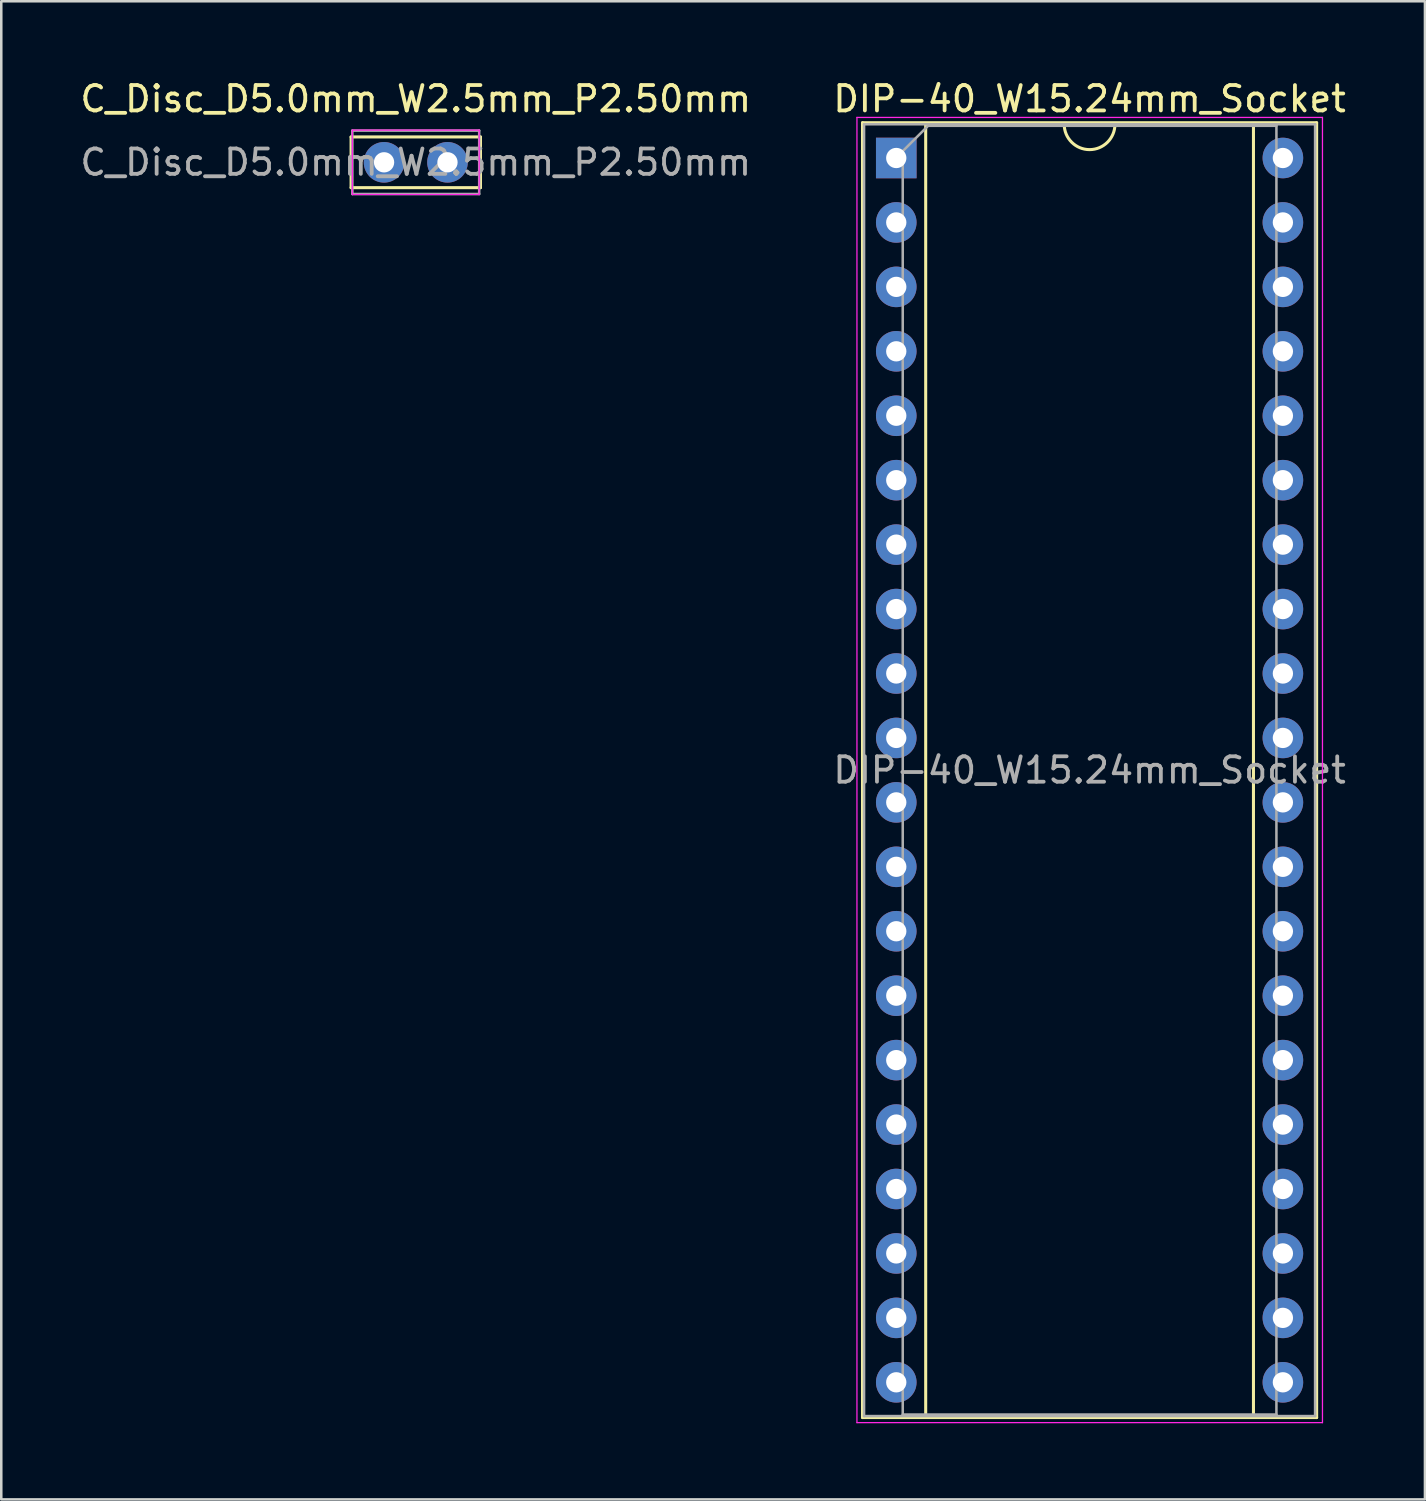
<source format=kicad_pcb>
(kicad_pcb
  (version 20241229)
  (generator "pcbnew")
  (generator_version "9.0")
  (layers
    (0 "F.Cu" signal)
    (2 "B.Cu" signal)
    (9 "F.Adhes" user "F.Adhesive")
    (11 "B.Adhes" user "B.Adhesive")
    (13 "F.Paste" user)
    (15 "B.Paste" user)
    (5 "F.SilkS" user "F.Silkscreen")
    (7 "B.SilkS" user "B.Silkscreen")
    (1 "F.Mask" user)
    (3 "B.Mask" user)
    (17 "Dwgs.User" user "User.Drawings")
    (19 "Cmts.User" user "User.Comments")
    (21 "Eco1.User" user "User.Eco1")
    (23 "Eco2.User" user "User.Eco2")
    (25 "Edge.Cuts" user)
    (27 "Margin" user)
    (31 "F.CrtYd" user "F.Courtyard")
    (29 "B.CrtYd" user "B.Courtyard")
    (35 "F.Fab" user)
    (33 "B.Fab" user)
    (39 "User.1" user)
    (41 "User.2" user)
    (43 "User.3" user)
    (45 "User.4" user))
  (footprint "DIP-40_W15.24mm_Socket"
    (layer "F.Cu")
    (at 32.279 3.178)
    (property "Reference" "DIP-40_W15.24mm_Socket" (at 7.62 -2.33 0) (layer "F.SilkS") (effects (font (size 1 1) (thickness 0.15))))
    (attr through_hole)
    (fp_line (start -1.33 -1.39) (end -1.33 49.65) (stroke (width 0.12) (type solid)) (layer "F.SilkS"))
    (fp_line (start -1.33 49.65) (end 16.57 49.65) (stroke (width 0.12) (type solid)) (layer "F.SilkS"))
    (fp_line (start 1.16 -1.33) (end 1.16 49.59) (stroke (width 0.12) (type solid)) (layer "F.SilkS"))
    (fp_line (start 1.16 49.59) (end 14.08 49.59) (stroke (width 0.12) (type solid)) (layer "F.SilkS"))
    (fp_line (start 6.62 -1.33) (end 1.16 -1.33) (stroke (width 0.12) (type solid)) (layer "F.SilkS"))
    (fp_line (start 14.08 -1.33) (end 8.62 -1.33) (stroke (width 0.12) (type solid)) (layer "F.SilkS"))
    (fp_line (start 14.08 49.59) (end 14.08 -1.33) (stroke (width 0.12) (type solid)) (layer "F.SilkS"))
    (fp_line (start 16.57 -1.39) (end -1.33 -1.39) (stroke (width 0.12) (type solid)) (layer "F.SilkS"))
    (fp_line (start 16.57 49.65) (end 16.57 -1.39) (stroke (width 0.12) (type solid)) (layer "F.SilkS"))
    (fp_arc (start 8.62 -1.33) (mid 7.62 -0.33) (end 6.62 -1.33) (stroke (width 0.12) (type solid)) (layer "F.SilkS"))
    (fp_line (start -1.55 -1.6) (end -1.55 49.85) (stroke (width 0.05) (type solid)) (layer "F.CrtYd"))
    (fp_line (start -1.55 49.85) (end 16.8 49.85) (stroke (width 0.05) (type solid)) (layer "F.CrtYd"))
    (fp_line (start 16.8 -1.6) (end -1.55 -1.6) (stroke (width 0.05) (type solid)) (layer "F.CrtYd"))
    (fp_line (start 16.8 49.85) (end 16.8 -1.6) (stroke (width 0.05) (type solid)) (layer "F.CrtYd"))
    (fp_line (start -1.27 -1.33) (end -1.27 49.59) (stroke (width 0.1) (type solid)) (layer "F.Fab"))
    (fp_line (start -1.27 49.59) (end 16.51 49.59) (stroke (width 0.1) (type solid)) (layer "F.Fab"))
    (fp_line (start 0.255 -0.27) (end 1.255 -1.27) (stroke (width 0.1) (type solid)) (layer "F.Fab"))
    (fp_line (start 0.255 49.53) (end 0.255 -0.27) (stroke (width 0.1) (type solid)) (layer "F.Fab"))
    (fp_line (start 1.255 -1.27) (end 14.985 -1.27) (stroke (width 0.1) (type solid)) (layer "F.Fab"))
    (fp_line (start 14.985 -1.27) (end 14.985 49.53) (stroke (width 0.1) (type solid)) (layer "F.Fab"))
    (fp_line (start 14.985 49.53) (end 0.255 49.53) (stroke (width 0.1) (type solid)) (layer "F.Fab"))
    (fp_line (start 16.51 -1.33) (end -1.27 -1.33) (stroke (width 0.1) (type solid)) (layer "F.Fab"))
    (fp_line (start 16.51 49.59) (end 16.51 -1.33) (stroke (width 0.1) (type solid)) (layer "F.Fab"))
    (fp_text user "${REFERENCE}" (at 7.62 24.13 0) (layer "F.Fab") (effects (font (size 1 1) (thickness 0.15))))
    (pad "1" thru_hole rect (at 0 0) (size 1.6 1.6) (drill 0.8) (layers "*.Cu" "*.Mask"))
    (pad "2" thru_hole oval (at 0 2.54) (size 1.6 1.6) (drill 0.8) (layers "*.Cu" "*.Mask"))
    (pad "3" thru_hole oval (at 0 5.08) (size 1.6 1.6) (drill 0.8) (layers "*.Cu" "*.Mask"))
    (pad "4" thru_hole oval (at 0 7.62) (size 1.6 1.6) (drill 0.8) (layers "*.Cu" "*.Mask"))
    (pad "5" thru_hole oval (at 0 10.16) (size 1.6 1.6) (drill 0.8) (layers "*.Cu" "*.Mask"))
    (pad "6" thru_hole oval (at 0 12.7) (size 1.6 1.6) (drill 0.8) (layers "*.Cu" "*.Mask"))
    (pad "7" thru_hole oval (at 0 15.24) (size 1.6 1.6) (drill 0.8) (layers "*.Cu" "*.Mask"))
    (pad "8" thru_hole oval (at 0 17.78) (size 1.6 1.6) (drill 0.8) (layers "*.Cu" "*.Mask"))
    (pad "9" thru_hole oval (at 0 20.32) (size 1.6 1.6) (drill 0.8) (layers "*.Cu" "*.Mask"))
    (pad "10" thru_hole oval (at 0 22.86) (size 1.6 1.6) (drill 0.8) (layers "*.Cu" "*.Mask"))
    (pad "11" thru_hole oval (at 0 25.4) (size 1.6 1.6) (drill 0.8) (layers "*.Cu" "*.Mask"))
    (pad "12" thru_hole oval (at 0 27.94) (size 1.6 1.6) (drill 0.8) (layers "*.Cu" "*.Mask"))
    (pad "13" thru_hole oval (at 0 30.48) (size 1.6 1.6) (drill 0.8) (layers "*.Cu" "*.Mask"))
    (pad "14" thru_hole oval (at 0 33.02) (size 1.6 1.6) (drill 0.8) (layers "*.Cu" "*.Mask"))
    (pad "15" thru_hole oval (at 0 35.56) (size 1.6 1.6) (drill 0.8) (layers "*.Cu" "*.Mask"))
    (pad "16" thru_hole oval (at 0 38.1) (size 1.6 1.6) (drill 0.8) (layers "*.Cu" "*.Mask"))
    (pad "17" thru_hole oval (at 0 40.64) (size 1.6 1.6) (drill 0.8) (layers "*.Cu" "*.Mask"))
    (pad "18" thru_hole oval (at 0 43.18) (size 1.6 1.6) (drill 0.8) (layers "*.Cu" "*.Mask"))
    (pad "19" thru_hole oval (at 0 45.72) (size 1.6 1.6) (drill 0.8) (layers "*.Cu" "*.Mask"))
    (pad "20" thru_hole oval (at 0 48.26) (size 1.6 1.6) (drill 0.8) (layers "*.Cu" "*.Mask"))
    (pad "21" thru_hole oval (at 15.24 48.26) (size 1.6 1.6) (drill 0.8) (layers "*.Cu" "*.Mask"))
    (pad "22" thru_hole oval (at 15.24 45.72) (size 1.6 1.6) (drill 0.8) (layers "*.Cu" "*.Mask"))
    (pad "23" thru_hole oval (at 15.24 43.18) (size 1.6 1.6) (drill 0.8) (layers "*.Cu" "*.Mask"))
    (pad "24" thru_hole oval (at 15.24 40.64) (size 1.6 1.6) (drill 0.8) (layers "*.Cu" "*.Mask"))
    (pad "25" thru_hole oval (at 15.24 38.1) (size 1.6 1.6) (drill 0.8) (layers "*.Cu" "*.Mask"))
    (pad "26" thru_hole oval (at 15.24 35.56) (size 1.6 1.6) (drill 0.8) (layers "*.Cu" "*.Mask"))
    (pad "27" thru_hole oval (at 15.24 33.02) (size 1.6 1.6) (drill 0.8) (layers "*.Cu" "*.Mask"))
    (pad "28" thru_hole oval (at 15.24 30.48) (size 1.6 1.6) (drill 0.8) (layers "*.Cu" "*.Mask"))
    (pad "29" thru_hole oval (at 15.24 27.94) (size 1.6 1.6) (drill 0.8) (layers "*.Cu" "*.Mask"))
    (pad "30" thru_hole oval (at 15.24 25.4) (size 1.6 1.6) (drill 0.8) (layers "*.Cu" "*.Mask"))
    (pad "31" thru_hole oval (at 15.24 22.86) (size 1.6 1.6) (drill 0.8) (layers "*.Cu" "*.Mask"))
    (pad "32" thru_hole oval (at 15.24 20.32) (size 1.6 1.6) (drill 0.8) (layers "*.Cu" "*.Mask"))
    (pad "33" thru_hole oval (at 15.24 17.78) (size 1.6 1.6) (drill 0.8) (layers "*.Cu" "*.Mask"))
    (pad "34" thru_hole oval (at 15.24 15.24) (size 1.6 1.6) (drill 0.8) (layers "*.Cu" "*.Mask"))
    (pad "35" thru_hole oval (at 15.24 12.7) (size 1.6 1.6) (drill 0.8) (layers "*.Cu" "*.Mask"))
    (pad "36" thru_hole oval (at 15.24 10.16) (size 1.6 1.6) (drill 0.8) (layers "*.Cu" "*.Mask"))
    (pad "37" thru_hole oval (at 15.24 7.62) (size 1.6 1.6) (drill 0.8) (layers "*.Cu" "*.Mask"))
    (pad "38" thru_hole oval (at 15.24 5.08) (size 1.6 1.6) (drill 0.8) (layers "*.Cu" "*.Mask"))
    (pad "39" thru_hole oval (at 15.24 2.54) (size 1.6 1.6) (drill 0.8) (layers "*.Cu" "*.Mask"))
    (pad "40" thru_hole oval (at 15.24 0) (size 1.6 1.6) (drill 0.8) (layers "*.Cu" "*.Mask")))
  (footprint "C_Disc_D5.0mm_W2.5mm_P2.50mm"
    (layer "F.Cu")
    (at 12.089 3.348)
    (property "Reference" "C_Disc_D5.0mm_W2.5mm_P2.50mm" (at 1.25 -2.5 0) (layer "F.SilkS") (effects (font (size 1 1) (thickness 0.15))))
    (attr through_hole)
    (fp_line (start -1.3 -1) (end -1.3 1) (stroke (width 0.12) (type solid)) (layer "F.SilkS"))
    (fp_line (start -1.3 -1) (end 3.8 -1) (stroke (width 0.12) (type solid)) (layer "F.SilkS"))
    (fp_line (start -1.3 1) (end 3.8 1) (stroke (width 0.12) (type solid)) (layer "F.SilkS"))
    (fp_line (start 3.8 -1) (end 3.8 1) (stroke (width 0.12) (type solid)) (layer "F.SilkS"))
    (fp_line (start -1.25 -1.27) (end -1.25 1.27) (stroke (width 0.05) (type solid)) (layer "F.CrtYd"))
    (fp_line (start -1.25 1.27) (end 3.75 1.27) (stroke (width 0.05) (type solid)) (layer "F.CrtYd"))
    (fp_line (start 3.75 -1.27) (end -1.25 -1.27) (stroke (width 0.05) (type solid)) (layer "F.CrtYd"))
    (fp_line (start 3.75 1.27) (end 3.75 -1.27) (stroke (width 0.05) (type solid)) (layer "F.CrtYd"))
    (fp_line (start -1.25 -1.25) (end -1.25 1.25) (stroke (width 0.1) (type solid)) (layer "F.Fab"))
    (fp_line (start -1.25 1.25) (end 3.75 1.25) (stroke (width 0.1) (type solid)) (layer "F.Fab"))
    (fp_line (start 3.75 -1.25) (end -1.25 -1.25) (stroke (width 0.1) (type solid)) (layer "F.Fab"))
    (fp_line (start 3.75 1.25) (end 3.75 -1.25) (stroke (width 0.1) (type solid)) (layer "F.Fab"))
    (fp_text user "${REFERENCE}" (at 1.25 0 0) (layer "F.Fab") (effects (font (size 1 1) (thickness 0.15))))
    (pad "1" thru_hole circle (at 0 0) (size 1.6 1.6) (drill 0.8) (layers "*.Cu" "*.Mask"))
    (pad "2" thru_hole circle (at 2.5 0) (size 1.6 1.6) (drill 0.8) (layers "*.Cu" "*.Mask")))
  (gr_rect
    (start -3 -3)
    (end 53.119 56.053)
    (stroke (width 0.1) (type default))
    (fill no)
    (layer "Edge.Cuts")))
</source>
